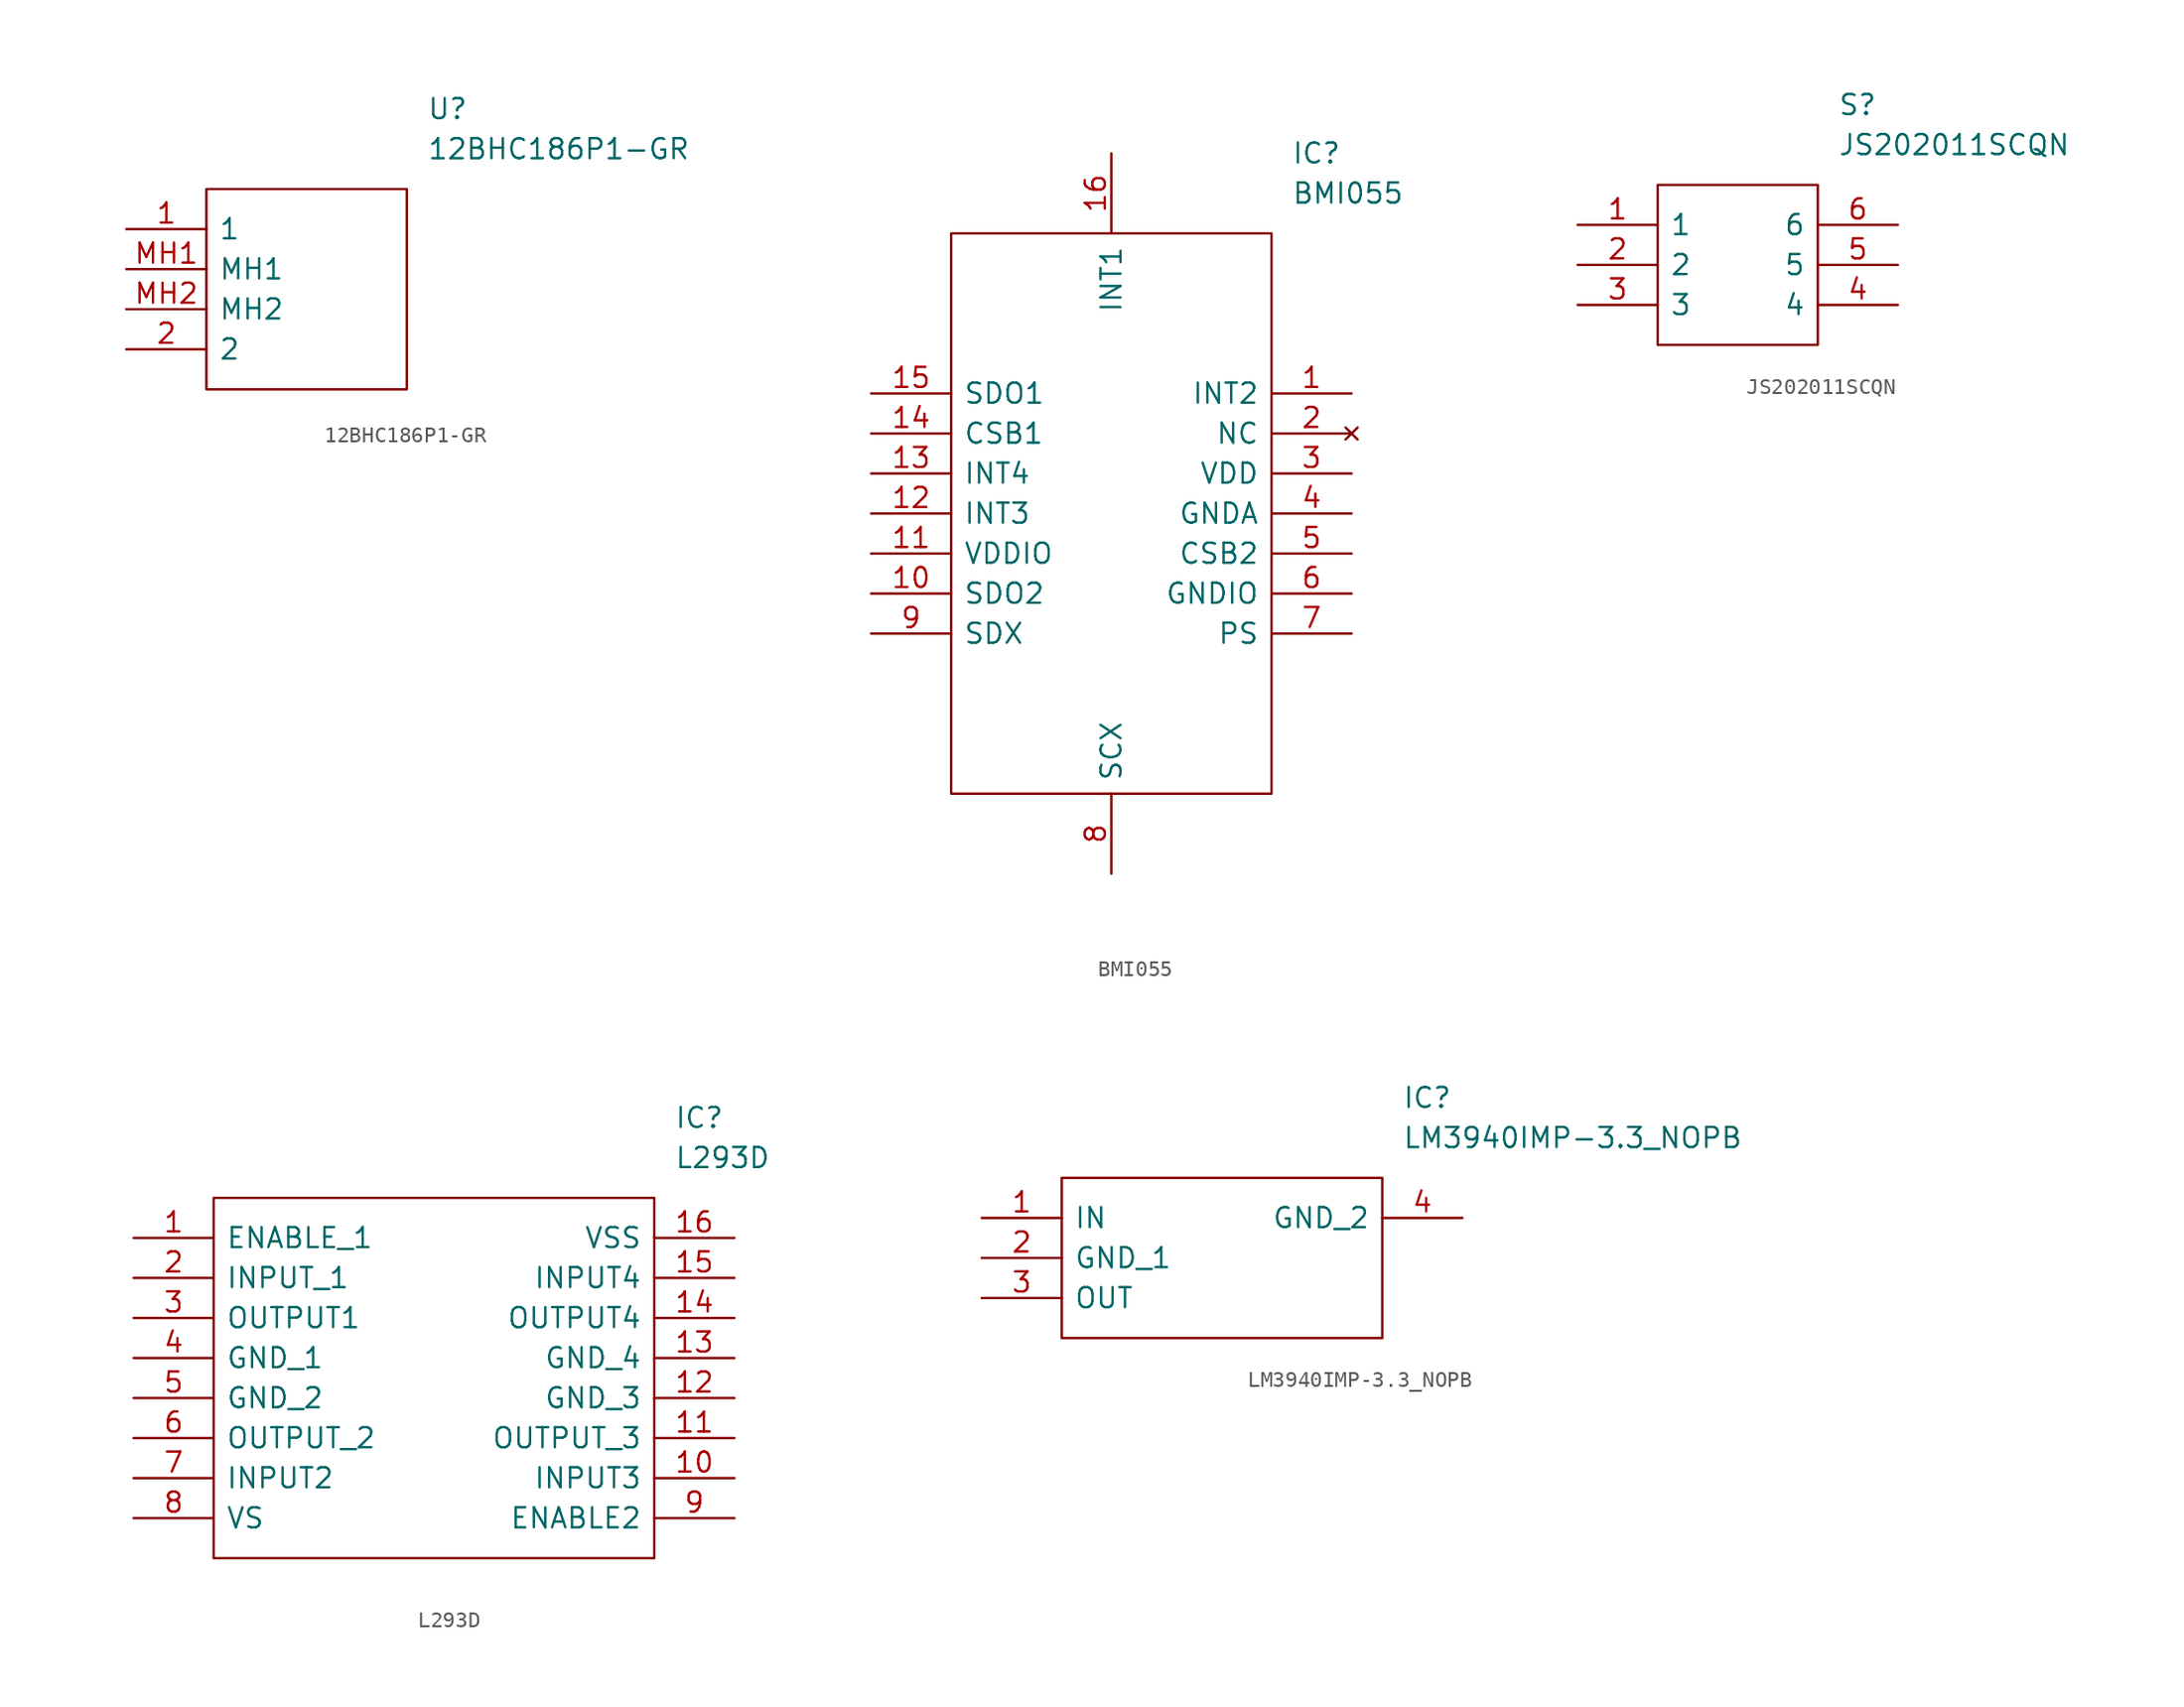
<source format=kicad_sym>
(kicad_symbol_lib
  (version 20211014)
  (generator kicad_symbol_editor)
  (symbol "12BHC186P1-GR"
    (pin_names
      (offset 0.762))
    (property "Reference" "U"
      (at 19.05 7.62 0)
      (effects (font (size 1.27 1.27)) (justify left)))
    (property "Value" "12BHC186P1-GR"
      (at 19.05 5.08 0)
      (effects (font (size 1.27 1.27)) (justify left)))
    (symbol "12BHC186P1-GR_0_0"
      (pin passive line (at 0 0 0) (length 5.08) (name "1" (effects (font (size 1.27 1.27)))) (number "1" (effects (font (size 1.27 1.27)))))
      (pin passive line (at 0 -7.62 0) (length 5.08) (name "2" (effects (font (size 1.27 1.27)))) (number "2" (effects (font (size 1.27 1.27)))))
      (pin passive line (at 0 -2.54 0) (length 5.08) (name "MH1" (effects (font (size 1.27 1.27)))) (number "MH1" (effects (font (size 1.27 1.27)))))
      (pin passive line (at 0 -5.08 0) (length 5.08) (name "MH2" (effects (font (size 1.27 1.27)))) (number "MH2" (effects (font (size 1.27 1.27))))))
    (symbol "12BHC186P1-GR_0_1"
      (polyline (pts (xy 5.08 2.54) (xy 17.78 2.54) (xy 17.78 -10.16) (xy 5.08 -10.16) (xy 5.08 2.54)) (stroke (width 0.152) (type default) (color 0 0 0 0)) (fill (type none)))))
  (symbol "BMI055"
    (pin_names
      (offset 0.762))
    (property "Reference" "IC"
      (at 26.67 15.24 0)
      (effects (font (size 1.27 1.27)) (justify left)))
    (property "Value" "BMI055"
      (at 26.67 12.7 0)
      (effects (font (size 1.27 1.27)) (justify left)))
    (symbol "BMI055_0_0"
      (pin passive line (at 30.48 0 180) (length 5.08) (name "INT2" (effects (font (size 1.27 1.27)))) (number "1" (effects (font (size 1.27 1.27)))))
      (pin passive line (at 0 -12.7 0) (length 5.08) (name "SDO2" (effects (font (size 1.27 1.27)))) (number "10" (effects (font (size 1.27 1.27)))))
      (pin passive line (at 0 -10.16 0) (length 5.08) (name "VDDIO" (effects (font (size 1.27 1.27)))) (number "11" (effects (font (size 1.27 1.27)))))
      (pin passive line (at 0 -7.62 0) (length 5.08) (name "INT3" (effects (font (size 1.27 1.27)))) (number "12" (effects (font (size 1.27 1.27)))))
      (pin passive line (at 0 -5.08 0) (length 5.08) (name "INT4" (effects (font (size 1.27 1.27)))) (number "13" (effects (font (size 1.27 1.27)))))
      (pin passive line (at 0 -2.54 0) (length 5.08) (name "CSB1" (effects (font (size 1.27 1.27)))) (number "14" (effects (font (size 1.27 1.27)))))
      (pin passive line (at 0 0 0) (length 5.08) (name "SDO1" (effects (font (size 1.27 1.27)))) (number "15" (effects (font (size 1.27 1.27)))))
      (pin passive line (at 15.24 15.24 270) (length 5.08) (name "INT1" (effects (font (size 1.27 1.27)))) (number "16" (effects (font (size 1.27 1.27)))))
      (pin no_connect line (at 30.48 -2.54 180) (length 5.08) (name "NC" (effects (font (size 1.27 1.27)))) (number "2" (effects (font (size 1.27 1.27)))))
      (pin passive line (at 30.48 -5.08 180) (length 5.08) (name "VDD" (effects (font (size 1.27 1.27)))) (number "3" (effects (font (size 1.27 1.27)))))
      (pin passive line (at 30.48 -7.62 180) (length 5.08) (name "GNDA" (effects (font (size 1.27 1.27)))) (number "4" (effects (font (size 1.27 1.27)))))
      (pin passive line (at 30.48 -10.16 180) (length 5.08) (name "CSB2" (effects (font (size 1.27 1.27)))) (number "5" (effects (font (size 1.27 1.27)))))
      (pin passive line (at 30.48 -12.7 180) (length 5.08) (name "GNDIO" (effects (font (size 1.27 1.27)))) (number "6" (effects (font (size 1.27 1.27)))))
      (pin passive line (at 30.48 -15.24 180) (length 5.08) (name "PS" (effects (font (size 1.27 1.27)))) (number "7" (effects (font (size 1.27 1.27)))))
      (pin passive line (at 15.24 -30.48 90) (length 5.08) (name "SCX" (effects (font (size 1.27 1.27)))) (number "8" (effects (font (size 1.27 1.27)))))
      (pin passive line (at 0 -15.24 0) (length 5.08) (name "SDX" (effects (font (size 1.27 1.27)))) (number "9" (effects (font (size 1.27 1.27))))))
    (symbol "BMI055_0_1"
      (polyline (pts (xy 5.08 10.16) (xy 25.4 10.16) (xy 25.4 -25.4) (xy 5.08 -25.4) (xy 5.08 10.16)) (stroke (width 0.152) (type default) (color 0 0 0 0)) (fill (type none)))))
  (symbol "JS202011SCQN"
    (pin_names
      (offset 0.762))
    (property "Reference" "S"
      (at 16.51 7.62 0)
      (effects (font (size 1.27 1.27)) (justify left)))
    (property "Value" "JS202011SCQN"
      (at 16.51 5.08 0)
      (effects (font (size 1.27 1.27)) (justify left)))
    (symbol "JS202011SCQN_0_0"
      (pin passive line (at 0 0 0) (length 5.08) (name "1" (effects (font (size 1.27 1.27)))) (number "1" (effects (font (size 1.27 1.27)))))
      (pin passive line (at 0 -2.54 0) (length 5.08) (name "2" (effects (font (size 1.27 1.27)))) (number "2" (effects (font (size 1.27 1.27)))))
      (pin passive line (at 0 -5.08 0) (length 5.08) (name "3" (effects (font (size 1.27 1.27)))) (number "3" (effects (font (size 1.27 1.27)))))
      (pin passive line (at 20.32 -5.08 180) (length 5.08) (name "4" (effects (font (size 1.27 1.27)))) (number "4" (effects (font (size 1.27 1.27)))))
      (pin passive line (at 20.32 -2.54 180) (length 5.08) (name "5" (effects (font (size 1.27 1.27)))) (number "5" (effects (font (size 1.27 1.27)))))
      (pin passive line (at 20.32 0 180) (length 5.08) (name "6" (effects (font (size 1.27 1.27)))) (number "6" (effects (font (size 1.27 1.27))))))
    (symbol "JS202011SCQN_0_1"
      (polyline (pts (xy 5.08 2.54) (xy 15.24 2.54) (xy 15.24 -7.62) (xy 5.08 -7.62) (xy 5.08 2.54)) (stroke (width 0.152) (type default) (color 0 0 0 0)) (fill (type none)))))
  (symbol "L293D"
    (pin_names
      (offset 0.762))
    (property "Reference" "IC"
      (at 34.29 7.62 0)
      (effects (font (size 1.27 1.27)) (justify left)))
    (property "Value" "L293D"
      (at 34.29 5.08 0)
      (effects (font (size 1.27 1.27)) (justify left)))
    (symbol "L293D_0_0"
      (pin passive line (at 0 0 0) (length 5.08) (name "ENABLE_1" (effects (font (size 1.27 1.27)))) (number "1" (effects (font (size 1.27 1.27)))))
      (pin passive line (at 38.1 -15.24 180) (length 5.08) (name "INPUT3" (effects (font (size 1.27 1.27)))) (number "10" (effects (font (size 1.27 1.27)))))
      (pin passive line (at 38.1 -12.7 180) (length 5.08) (name "OUTPUT_3" (effects (font (size 1.27 1.27)))) (number "11" (effects (font (size 1.27 1.27)))))
      (pin passive line (at 38.1 -10.16 180) (length 5.08) (name "GND_3" (effects (font (size 1.27 1.27)))) (number "12" (effects (font (size 1.27 1.27)))))
      (pin passive line (at 38.1 -7.62 180) (length 5.08) (name "GND_4" (effects (font (size 1.27 1.27)))) (number "13" (effects (font (size 1.27 1.27)))))
      (pin passive line (at 38.1 -5.08 180) (length 5.08) (name "OUTPUT4" (effects (font (size 1.27 1.27)))) (number "14" (effects (font (size 1.27 1.27)))))
      (pin passive line (at 38.1 -2.54 180) (length 5.08) (name "INPUT4" (effects (font (size 1.27 1.27)))) (number "15" (effects (font (size 1.27 1.27)))))
      (pin passive line (at 38.1 0 180) (length 5.08) (name "VSS" (effects (font (size 1.27 1.27)))) (number "16" (effects (font (size 1.27 1.27)))))
      (pin passive line (at 0 -2.54 0) (length 5.08) (name "INPUT_1" (effects (font (size 1.27 1.27)))) (number "2" (effects (font (size 1.27 1.27)))))
      (pin passive line (at 0 -5.08 0) (length 5.08) (name "OUTPUT1" (effects (font (size 1.27 1.27)))) (number "3" (effects (font (size 1.27 1.27)))))
      (pin passive line (at 0 -7.62 0) (length 5.08) (name "GND_1" (effects (font (size 1.27 1.27)))) (number "4" (effects (font (size 1.27 1.27)))))
      (pin passive line (at 0 -10.16 0) (length 5.08) (name "GND_2" (effects (font (size 1.27 1.27)))) (number "5" (effects (font (size 1.27 1.27)))))
      (pin passive line (at 0 -12.7 0) (length 5.08) (name "OUTPUT_2" (effects (font (size 1.27 1.27)))) (number "6" (effects (font (size 1.27 1.27)))))
      (pin passive line (at 0 -15.24 0) (length 5.08) (name "INPUT2" (effects (font (size 1.27 1.27)))) (number "7" (effects (font (size 1.27 1.27)))))
      (pin passive line (at 0 -17.78 0) (length 5.08) (name "VS" (effects (font (size 1.27 1.27)))) (number "8" (effects (font (size 1.27 1.27)))))
      (pin passive line (at 38.1 -17.78 180) (length 5.08) (name "ENABLE2" (effects (font (size 1.27 1.27)))) (number "9" (effects (font (size 1.27 1.27))))))
    (symbol "L293D_0_1"
      (polyline (pts (xy 5.08 2.54) (xy 33.02 2.54) (xy 33.02 -20.32) (xy 5.08 -20.32) (xy 5.08 2.54)) (stroke (width 0.152) (type default) (color 0 0 0 0)) (fill (type none)))))
  (symbol "LM3940IMP-3.3_NOPB"
    (pin_names
      (offset 0.762))
    (property "Reference" "IC"
      (at 26.67 7.62 0)
      (effects (font (size 1.27 1.27)) (justify left)))
    (property "Value" "LM3940IMP-3.3_NOPB"
      (at 26.67 5.08 0)
      (effects (font (size 1.27 1.27)) (justify left)))
    (symbol "LM3940IMP-3.3_NOPB_0_0"
      (pin passive line (at 0 0 0) (length 5.08) (name "IN" (effects (font (size 1.27 1.27)))) (number "1" (effects (font (size 1.27 1.27)))))
      (pin passive line (at 0 -2.54 0) (length 5.08) (name "GND_1" (effects (font (size 1.27 1.27)))) (number "2" (effects (font (size 1.27 1.27)))))
      (pin passive line (at 0 -5.08 0) (length 5.08) (name "OUT" (effects (font (size 1.27 1.27)))) (number "3" (effects (font (size 1.27 1.27)))))
      (pin passive line (at 30.48 0 180) (length 5.08) (name "GND_2" (effects (font (size 1.27 1.27)))) (number "4" (effects (font (size 1.27 1.27))))))
    (symbol "LM3940IMP-3.3_NOPB_0_1"
      (polyline (pts (xy 5.08 2.54) (xy 25.4 2.54) (xy 25.4 -7.62) (xy 5.08 -7.62) (xy 5.08 2.54)) (stroke (width 0.152) (type default) (color 0 0 0 0)) (fill (type none))))))
</source>
